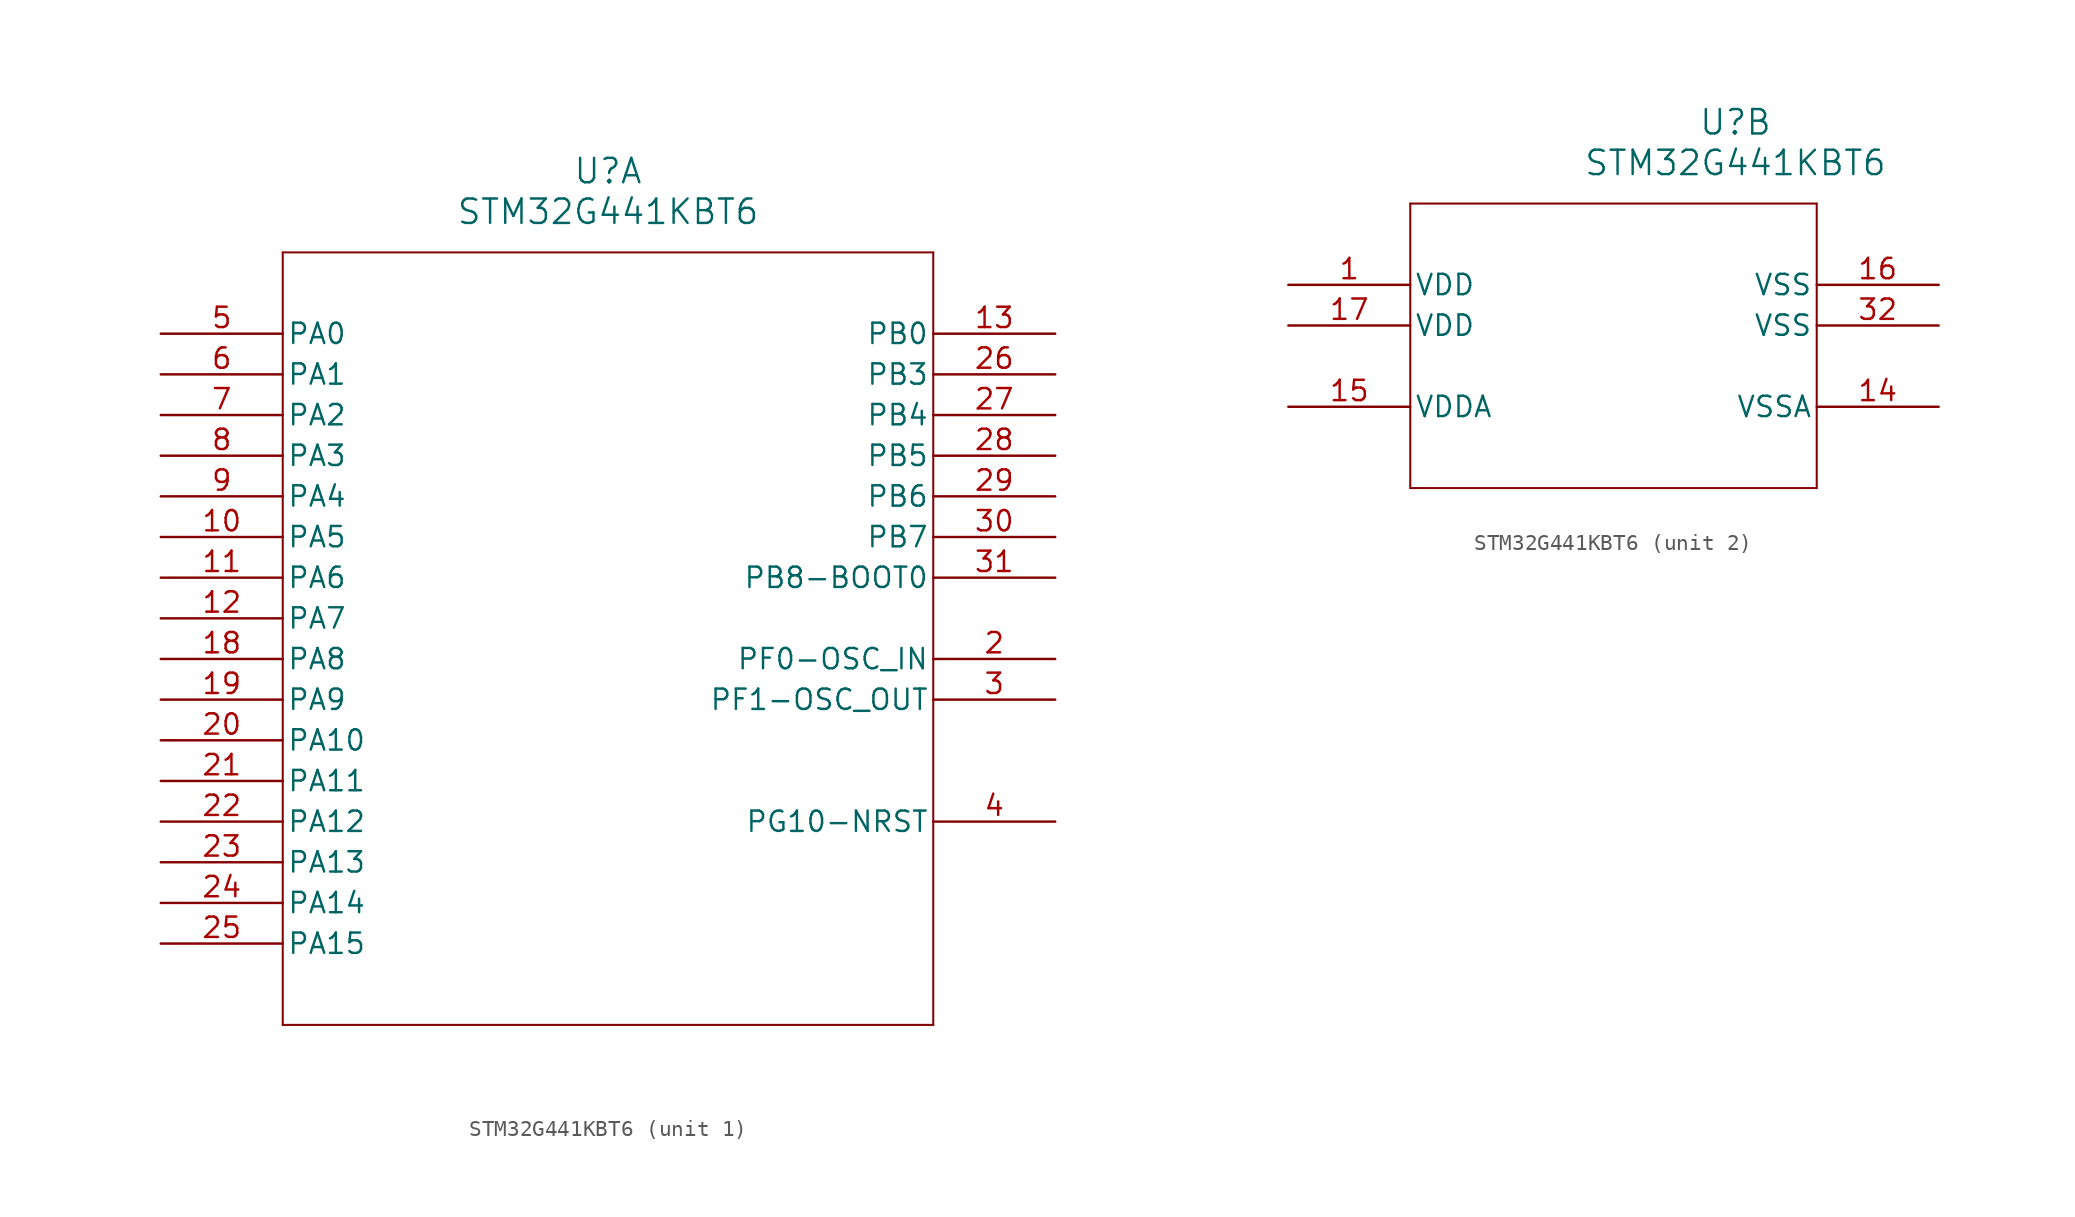
<source format=kicad_sym>
(kicad_symbol_lib
  (version 20211014)
  (generator kicad_symbol_editor)
  (symbol "STM32G441KBT6"
    (pin_names
      (offset 0.254))
    (property "Reference" "U"
      (at 27.94 10.16 0)
      (effects (font (size 1.524 1.524))))
    (property "Value" "STM32G441KBT6"
      (at 27.94 7.62 0)
      (effects (font (size 1.524 1.524))))
    (symbol "STM32G441KBT6_1_1"
      (polyline (pts (xy 7.62 5.08) (xy 7.62 -43.18)) (stroke (width 0.127) (type default) (color 0 0 0 0)) (fill (type none)))
      (polyline (pts (xy 7.62 -43.18) (xy 48.26 -43.18)) (stroke (width 0.127) (type default) (color 0 0 0 0)) (fill (type none)))
      (polyline (pts (xy 48.26 -43.18) (xy 48.26 5.08)) (stroke (width 0.127) (type default) (color 0 0 0 0)) (fill (type none)))
      (polyline (pts (xy 48.26 5.08) (xy 7.62 5.08)) (stroke (width 0.127) (type default) (color 0 0 0 0)) (fill (type none)))
      (pin bidirectional line (at 55.88 -20.32 180) (length 7.62) (name "PF0-OSC_IN" (effects (font (size 1.27 1.27)))) (number "2" (effects (font (size 1.27 1.27)))))
      (pin bidirectional line (at 55.88 -22.86 180) (length 7.62) (name "PF1-OSC_OUT" (effects (font (size 1.27 1.27)))) (number "3" (effects (font (size 1.27 1.27)))))
      (pin bidirectional line (at 55.88 -30.48 180) (length 7.62) (name "PG10-NRST" (effects (font (size 1.27 1.27)))) (number "4" (effects (font (size 1.27 1.27)))))
      (pin bidirectional line (at 0 0 0) (length 7.62) (name "PA0" (effects (font (size 1.27 1.27)))) (number "5" (effects (font (size 1.27 1.27)))))
      (pin bidirectional line (at 0 -2.54 0) (length 7.62) (name "PA1" (effects (font (size 1.27 1.27)))) (number "6" (effects (font (size 1.27 1.27)))))
      (pin bidirectional line (at 0 -5.08 0) (length 7.62) (name "PA2" (effects (font (size 1.27 1.27)))) (number "7" (effects (font (size 1.27 1.27)))))
      (pin bidirectional line (at 0 -7.62 0) (length 7.62) (name "PA3" (effects (font (size 1.27 1.27)))) (number "8" (effects (font (size 1.27 1.27)))))
      (pin bidirectional line (at 0 -10.16 0) (length 7.62) (name "PA4" (effects (font (size 1.27 1.27)))) (number "9" (effects (font (size 1.27 1.27)))))
      (pin bidirectional line (at 0 -12.7 0) (length 7.62) (name "PA5" (effects (font (size 1.27 1.27)))) (number "10" (effects (font (size 1.27 1.27)))))
      (pin bidirectional line (at 0 -15.24 0) (length 7.62) (name "PA6" (effects (font (size 1.27 1.27)))) (number "11" (effects (font (size 1.27 1.27)))))
      (pin bidirectional line (at 0 -17.78 0) (length 7.62) (name "PA7" (effects (font (size 1.27 1.27)))) (number "12" (effects (font (size 1.27 1.27)))))
      (pin bidirectional line (at 55.88 0 180) (length 7.62) (name "PB0" (effects (font (size 1.27 1.27)))) (number "13" (effects (font (size 1.27 1.27)))))
      (pin bidirectional line (at 0 -20.32 0) (length 7.62) (name "PA8" (effects (font (size 1.27 1.27)))) (number "18" (effects (font (size 1.27 1.27)))))
      (pin bidirectional line (at 0 -22.86 0) (length 7.62) (name "PA9" (effects (font (size 1.27 1.27)))) (number "19" (effects (font (size 1.27 1.27)))))
      (pin bidirectional line (at 0 -25.4 0) (length 7.62) (name "PA10" (effects (font (size 1.27 1.27)))) (number "20" (effects (font (size 1.27 1.27)))))
      (pin bidirectional line (at 0 -27.94 0) (length 7.62) (name "PA11" (effects (font (size 1.27 1.27)))) (number "21" (effects (font (size 1.27 1.27)))))
      (pin bidirectional line (at 0 -30.48 0) (length 7.62) (name "PA12" (effects (font (size 1.27 1.27)))) (number "22" (effects (font (size 1.27 1.27)))))
      (pin bidirectional line (at 0 -33.02 0) (length 7.62) (name "PA13" (effects (font (size 1.27 1.27)))) (number "23" (effects (font (size 1.27 1.27)))))
      (pin bidirectional line (at 0 -35.56 0) (length 7.62) (name "PA14" (effects (font (size 1.27 1.27)))) (number "24" (effects (font (size 1.27 1.27)))))
      (pin bidirectional line (at 0 -38.1 0) (length 7.62) (name "PA15" (effects (font (size 1.27 1.27)))) (number "25" (effects (font (size 1.27 1.27)))))
      (pin bidirectional line (at 55.88 -2.54 180) (length 7.62) (name "PB3" (effects (font (size 1.27 1.27)))) (number "26" (effects (font (size 1.27 1.27)))))
      (pin bidirectional line (at 55.88 -5.08 180) (length 7.62) (name "PB4" (effects (font (size 1.27 1.27)))) (number "27" (effects (font (size 1.27 1.27)))))
      (pin bidirectional line (at 55.88 -7.62 180) (length 7.62) (name "PB5" (effects (font (size 1.27 1.27)))) (number "28" (effects (font (size 1.27 1.27)))))
      (pin bidirectional line (at 55.88 -10.16 180) (length 7.62) (name "PB6" (effects (font (size 1.27 1.27)))) (number "29" (effects (font (size 1.27 1.27)))))
      (pin bidirectional line (at 55.88 -12.7 180) (length 7.62) (name "PB7" (effects (font (size 1.27 1.27)))) (number "30" (effects (font (size 1.27 1.27)))))
      (pin bidirectional line (at 55.88 -15.24 180) (length 7.62) (name "PB8-BOOT0" (effects (font (size 1.27 1.27)))) (number "31" (effects (font (size 1.27 1.27))))))
    (symbol "STM32G441KBT6_2_1"
      (polyline (pts (xy 7.62 5.08) (xy 7.62 -12.7)) (stroke (width 0.127) (type default) (color 0 0 0 0)) (fill (type none)))
      (polyline (pts (xy 7.62 -12.7) (xy 33.02 -12.7)) (stroke (width 0.127) (type default) (color 0 0 0 0)) (fill (type none)))
      (polyline (pts (xy 33.02 -12.7) (xy 33.02 5.08)) (stroke (width 0.127) (type default) (color 0 0 0 0)) (fill (type none)))
      (polyline (pts (xy 33.02 5.08) (xy 7.62 5.08)) (stroke (width 0.127) (type default) (color 0 0 0 0)) (fill (type none)))
      (pin power_in line (at 0 0 0) (length 7.62) (name "VDD" (effects (font (size 1.27 1.27)))) (number "1" (effects (font (size 1.27 1.27)))))
      (pin power_in line (at 40.64 -7.62 180) (length 7.62) (name "VSSA" (effects (font (size 1.27 1.27)))) (number "14" (effects (font (size 1.27 1.27)))))
      (pin power_in line (at 0 -7.62 0) (length 7.62) (name "VDDA" (effects (font (size 1.27 1.27)))) (number "15" (effects (font (size 1.27 1.27)))))
      (pin power_in line (at 40.64 0 180) (length 7.62) (name "VSS" (effects (font (size 1.27 1.27)))) (number "16" (effects (font (size 1.27 1.27)))))
      (pin power_in line (at 0 -2.54 0) (length 7.62) (name "VDD" (effects (font (size 1.27 1.27)))) (number "17" (effects (font (size 1.27 1.27)))))
      (pin power_in line (at 40.64 -2.54 180) (length 7.62) (name "VSS" (effects (font (size 1.27 1.27)))) (number "32" (effects (font (size 1.27 1.27))))))))
</source>
